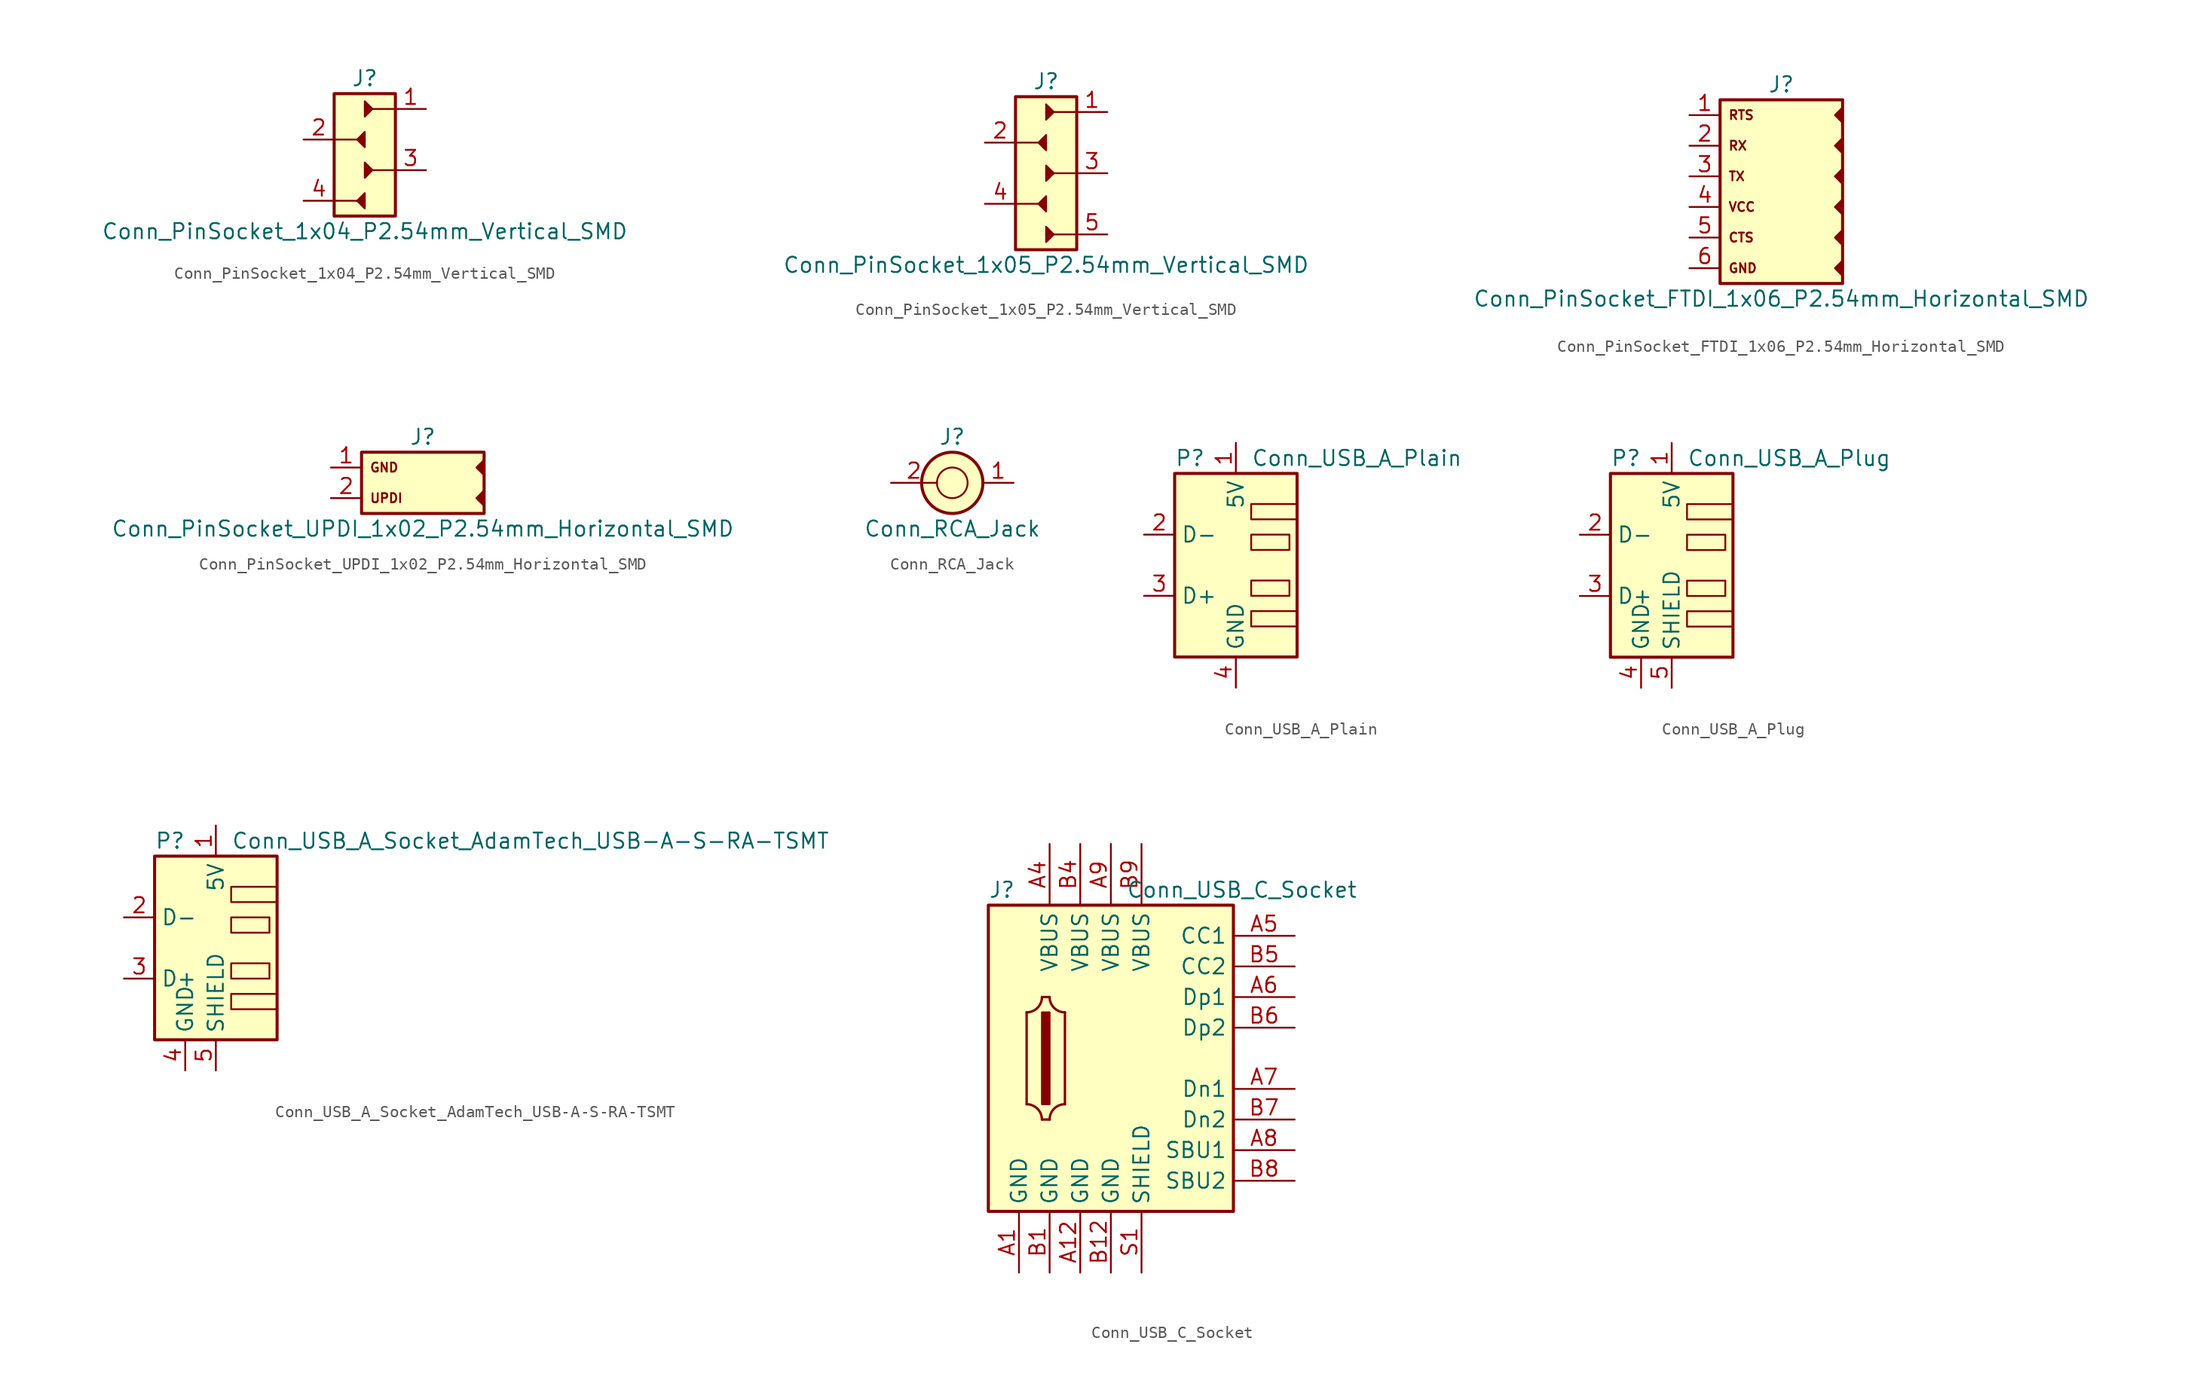
<source format=kicad_sym>
(kicad_symbol_lib
  (version 20211014)
  (generator kicad_symbol_editor)
  (symbol "Conn_PinSocket_1x04_P2.54mm_Vertical_SMD"
    (pin_names hide)
    (property "Reference" "J"
      (at 0 6.35 0)
      (effects (font (size 1.27 1.27))))
    (property "Value" "Conn_PinSocket_1x04_P2.54mm_Vertical_SMD"
      (at 0 -6.35 0)
      (effects (font (size 1.27 1.27))))
    (symbol "Conn_PinSocket_1x04_P2.54mm_Vertical_SMD_0_0"
      (rectangle (start -2.54 5.08) (end 2.54 -5.08) (stroke (width 0.254) (type default) (color 0 0 0 0)) (fill (type background)))
      (polyline (pts (xy 0 -3.81) (xy -2.54 -3.81)) (stroke (width 0) (type default) (color 0 0 0 0)) (fill (type none)))
      (polyline (pts (xy 0 1.27) (xy -2.54 1.27)) (stroke (width 0) (type default) (color 0 0 0 0)) (fill (type none)))
      (polyline (pts (xy 2.54 -1.27) (xy 0 -1.27)) (stroke (width 0) (type default) (color 0 0 0 0)) (fill (type none)))
      (polyline (pts (xy 2.54 3.81) (xy 0 3.81)) (stroke (width 0) (type default) (color 0 0 0 0)) (fill (type none)))
      (polyline (pts (xy 0 -4.445) (xy -0.635 -3.81) (xy 0 -3.175) (xy 0 -4.445)) (stroke (width 0) (type default) (color 0 0 0 0)) (fill (type outline)))
      (polyline (pts (xy 0 -1.905) (xy 0.635 -1.27) (xy 0 -0.635) (xy 0 -1.905)) (stroke (width 0) (type default) (color 0 0 0 0)) (fill (type outline)))
      (polyline (pts (xy 0 0.635) (xy -0.635 1.27) (xy 0 1.905) (xy 0 0.635)) (stroke (width 0) (type default) (color 0 0 0 0)) (fill (type outline)))
      (polyline (pts (xy 0 3.175) (xy 0.635 3.81) (xy 0 4.445) (xy 0 3.175)) (stroke (width 0) (type default) (color 0 0 0 0)) (fill (type outline))))
    (symbol "Conn_PinSocket_1x04_P2.54mm_Vertical_SMD_1_1"
      (pin passive line (at 5.08 3.81 180) (length 2.54) (name "Pin_1" (effects (font (size 1.27 1.27)))) (number "1" (effects (font (size 1.27 1.27)))))
      (pin passive line (at -5.08 1.27 0) (length 2.54) (name "Pin_2" (effects (font (size 1.27 1.27)))) (number "2" (effects (font (size 1.27 1.27)))))
      (pin passive line (at 5.08 -1.27 180) (length 2.54) (name "Pin_1" (effects (font (size 1.27 1.27)))) (number "3" (effects (font (size 1.27 1.27)))))
      (pin passive line (at -5.08 -3.81 0) (length 2.54) (name "Pin_2" (effects (font (size 1.27 1.27)))) (number "4" (effects (font (size 1.27 1.27)))))))
  (symbol "Conn_PinSocket_1x05_P2.54mm_Vertical_SMD"
    (pin_names hide)
    (property "Reference" "J"
      (at 0 7.62 0)
      (effects (font (size 1.27 1.27))))
    (property "Value" "Conn_PinSocket_1x05_P2.54mm_Vertical_SMD"
      (at 0 -7.62 0)
      (effects (font (size 1.27 1.27))))
    (symbol "Conn_PinSocket_1x05_P2.54mm_Vertical_SMD_0_0"
      (rectangle (start -2.54 6.35) (end 2.54 -6.35) (stroke (width 0.254) (type default) (color 0 0 0 0)) (fill (type background)))
      (polyline (pts (xy 0 -2.54) (xy -2.54 -2.54)) (stroke (width 0) (type default) (color 0 0 0 0)) (fill (type none)))
      (polyline (pts (xy 0 2.54) (xy -2.54 2.54)) (stroke (width 0) (type default) (color 0 0 0 0)) (fill (type none)))
      (polyline (pts (xy 2.54 -5.08) (xy 0 -5.08)) (stroke (width 0) (type default) (color 0 0 0 0)) (fill (type none)))
      (polyline (pts (xy 2.54 0) (xy 0 0)) (stroke (width 0) (type default) (color 0 0 0 0)) (fill (type none)))
      (polyline (pts (xy 2.54 5.08) (xy 0 5.08)) (stroke (width 0) (type default) (color 0 0 0 0)) (fill (type none)))
      (polyline (pts (xy 0 -5.715) (xy 0.635 -5.08) (xy 0 -4.445) (xy 0 -5.715)) (stroke (width 0) (type default) (color 0 0 0 0)) (fill (type outline)))
      (polyline (pts (xy 0 -3.175) (xy -0.635 -2.54) (xy 0 -1.905) (xy 0 -3.175)) (stroke (width 0) (type default) (color 0 0 0 0)) (fill (type outline)))
      (polyline (pts (xy 0 -0.635) (xy 0.635 0) (xy 0 0.635) (xy 0 -0.635)) (stroke (width 0) (type default) (color 0 0 0 0)) (fill (type outline)))
      (polyline (pts (xy 0 1.905) (xy -0.635 2.54) (xy 0 3.175) (xy 0 1.905)) (stroke (width 0) (type default) (color 0 0 0 0)) (fill (type outline)))
      (polyline (pts (xy 0 4.445) (xy 0.635 5.08) (xy 0 5.715) (xy 0 4.445)) (stroke (width 0) (type default) (color 0 0 0 0)) (fill (type outline))))
    (symbol "Conn_PinSocket_1x05_P2.54mm_Vertical_SMD_1_1"
      (pin passive line (at 5.08 5.08 180) (length 2.54) (name "Pin_1" (effects (font (size 1.27 1.27)))) (number "1" (effects (font (size 1.27 1.27)))))
      (pin passive line (at -5.08 2.54 0) (length 2.54) (name "Pin_2" (effects (font (size 1.27 1.27)))) (number "2" (effects (font (size 1.27 1.27)))))
      (pin passive line (at 5.08 0 180) (length 2.54) (name "Pin_1" (effects (font (size 1.27 1.27)))) (number "3" (effects (font (size 1.27 1.27)))))
      (pin passive line (at -5.08 -2.54 0) (length 2.54) (name "Pin_2" (effects (font (size 1.27 1.27)))) (number "4" (effects (font (size 1.27 1.27)))))
      (pin passive line (at 5.08 -5.08 180) (length 2.54) (name "Pin_1" (effects (font (size 1.27 1.27)))) (number "5" (effects (font (size 1.27 1.27)))))))
  (symbol "Conn_PinSocket_FTDI_1x06_P2.54mm_Horizontal_SMD"
    (property "Reference" "J"
      (at 0 7.62 0)
      (effects (font (size 1.27 1.27))))
    (property "Value" "Conn_PinSocket_FTDI_1x06_P2.54mm_Horizontal_SMD"
      (at 0 -10.16 0)
      (effects (font (size 1.27 1.27))))
    (symbol "Conn_PinSocket_FTDI_1x06_P2.54mm_Horizontal_SMD_0_0"
      (polyline (pts (xy -2.286 -7.366) (xy -2.286 -7.366)) (stroke (width 0) (type default) (color 0 0 0 0)) (fill (type none)))
      (polyline (pts (xy 5.08 -6.985) (xy 4.445 -7.62) (xy 5.08 -8.255) (xy 5.08 -6.985)) (stroke (width 0) (type default) (color 0 0 0 0)) (fill (type outline)))
      (polyline (pts (xy 5.08 -4.445) (xy 4.445 -5.08) (xy 5.08 -5.715) (xy 5.08 -4.445)) (stroke (width 0) (type default) (color 0 0 0 0)) (fill (type outline)))
      (polyline (pts (xy 5.08 -1.905) (xy 4.445 -2.54) (xy 5.08 -3.175) (xy 5.08 -1.905)) (stroke (width 0) (type default) (color 0 0 0 0)) (fill (type outline)))
      (polyline (pts (xy 5.08 0.635) (xy 4.445 0) (xy 5.08 -0.635) (xy 5.08 0.635)) (stroke (width 0) (type default) (color 0 0 0 0)) (fill (type outline)))
      (polyline (pts (xy 5.08 3.175) (xy 4.445 2.54) (xy 5.08 1.905) (xy 5.08 3.175)) (stroke (width 0) (type default) (color 0 0 0 0)) (fill (type outline)))
      (polyline (pts (xy 5.08 5.715) (xy 4.445 5.08) (xy 5.08 4.445) (xy 5.08 5.715)) (stroke (width 0) (type default) (color 0 0 0 0)) (fill (type outline)))
      (text "CTS" (at -4.445 -5.08 0) (effects (font (size 0.75 0.75)) (justify left)))
      (text "GND" (at -4.445 -7.62 0) (effects (font (size 0.75 0.75)) (justify left)))
      (text "RTS" (at -4.445 5.08 0) (effects (font (size 0.75 0.75)) (justify left)))
      (text "RX" (at -4.445 2.54 0) (effects (font (size 0.75 0.75)) (justify left)))
      (text "TX" (at -4.445 0 0) (effects (font (size 0.75 0.75)) (justify left)))
      (text "VCC" (at -4.445 -2.54 0) (effects (font (size 0.75 0.75)) (justify left))))
    (symbol "Conn_PinSocket_FTDI_1x06_P2.54mm_Horizontal_SMD_0_1"
      (rectangle (start -5.08 6.35) (end 5.08 -8.89) (stroke (width 0.254) (type default) (color 0 0 0 0)) (fill (type background))))
    (symbol "Conn_PinSocket_FTDI_1x06_P2.54mm_Horizontal_SMD_1_1"
      (pin passive line (at -7.62 5.08 0) (length 2.54) (name "" (effects (font (size 1.27 1.27)))) (number "1" (effects (font (size 1.27 1.27)))))
      (pin passive line (at -7.62 2.54 0) (length 2.54) (name "" (effects (font (size 1.27 1.27)))) (number "2" (effects (font (size 1.27 1.27)))))
      (pin passive line (at -7.62 0 0) (length 2.54) (name "" (effects (font (size 1.27 1.27)))) (number "3" (effects (font (size 1.27 1.27)))))
      (pin passive line (at -7.62 -2.54 0) (length 2.54) (name "" (effects (font (size 1.27 1.27)))) (number "4" (effects (font (size 1.27 1.27)))))
      (pin passive line (at -7.62 -5.08 0) (length 2.54) (name "" (effects (font (size 1.27 1.27)))) (number "5" (effects (font (size 1.27 1.27)))))
      (pin passive line (at -7.62 -7.62 0) (length 2.54) (name "" (effects (font (size 1.27 1.27)))) (number "6" (effects (font (size 1.27 1.27)))))))
  (symbol "Conn_PinSocket_UPDI_1x02_P2.54mm_Horizontal_SMD"
    (property "Reference" "J"
      (at 0 3.81 0)
      (effects (font (size 1.27 1.27))))
    (property "Value" "Conn_PinSocket_UPDI_1x02_P2.54mm_Horizontal_SMD"
      (at 0 -3.81 0)
      (effects (font (size 1.27 1.27))))
    (symbol "Conn_PinSocket_UPDI_1x02_P2.54mm_Horizontal_SMD_0_0"
      (rectangle (start -5.08 2.54) (end 5.08 -2.54) (stroke (width 0.254) (type default) (color 0 0 0 0)) (fill (type background)))
      (polyline (pts (xy 5.08 -0.635) (xy 4.445 -1.27) (xy 5.08 -1.905) (xy 5.08 -0.635)) (stroke (width 0) (type default) (color 0 0 0 0)) (fill (type outline)))
      (polyline (pts (xy 5.08 1.905) (xy 4.445 1.27) (xy 5.08 0.635) (xy 5.08 1.905)) (stroke (width 0) (type default) (color 0 0 0 0)) (fill (type outline)))
      (text "GND" (at -4.445 1.27 0) (effects (font (size 0.75 0.75)) (justify left)))
      (text "UPDI" (at -4.445 -1.27 0) (effects (font (size 0.75 0.75)) (justify left))))
    (symbol "Conn_PinSocket_UPDI_1x02_P2.54mm_Horizontal_SMD_1_1"
      (pin passive line (at -7.62 1.27 0) (length 2.54) (name "" (effects (font (size 1.27 1.27)))) (number "1" (effects (font (size 1.27 1.27)))))
      (pin passive line (at -7.62 -1.27 0) (length 2.54) (name "" (effects (font (size 1.27 1.27)))) (number "2" (effects (font (size 1.27 1.27)))))))
  (symbol "Conn_RCA_Jack"
    (pin_names hide)
    (property "Reference" "J"
      (at 0 3.81 0)
      (effects (font (size 1.27 1.27))))
    (property "Value" "Conn_RCA_Jack"
      (at 0 -3.81 0)
      (effects (font (size 1.27 1.27))))
    (symbol "Conn_RCA_Jack_0_1"
      (circle (center 0 0) (radius 1.27) (stroke (width 0) (type default) (color 0 0 0 0)) (fill (type none)))
      (circle (center 0 0) (radius 2.54) (stroke (width 0.254) (type default) (color 0 0 0 0)) (fill (type background))))
    (symbol "Conn_RCA_Jack_1_1"
      (pin passive line (at 5.08 0 180) (length 2.54) (name "" (effects (font (size 1.27 1.27)))) (number "1" (effects (font (size 1.27 1.27)))))
      (pin passive line (at -5.08 0 0) (length 3.81) (name "" (effects (font (size 1.27 1.27)))) (number "2" (effects (font (size 1.27 1.27)))))))
  (symbol "Conn_USB_A_Plain"
    (property "Reference" "P"
      (at -5.08 8.89 0)
      (effects (font (size 1.27 1.27)) (justify left)))
    (property "Value" "Conn_USB_A_Plain"
      (at 1.27 8.89 0)
      (effects (font (size 1.27 1.27)) (justify left)))
    (symbol "Conn_USB_A_Plain_0_1"
      (rectangle (start -5.08 7.62) (end 5.08 -7.62) (stroke (width 0.254) (type default) (color 0 0 0 0)) (fill (type background)))
      (rectangle (start 1.27 -3.81) (end 5.08 -5.08) (stroke (width 0) (type default) (color 0 0 0 0)) (fill (type none)))
      (rectangle (start 1.27 -1.27) (end 4.445 -2.54) (stroke (width 0) (type default) (color 0 0 0 0)) (fill (type none)))
      (rectangle (start 1.27 2.54) (end 4.445 1.27) (stroke (width 0) (type default) (color 0 0 0 0)) (fill (type none)))
      (rectangle (start 1.27 5.08) (end 5.08 3.81) (stroke (width 0) (type default) (color 0 0 0 0)) (fill (type none))))
    (symbol "Conn_USB_A_Plain_1_1"
      (pin power_in line (at 0 10.16 270) (length 2.54) (name "5V" (effects (font (size 1.27 1.27)))) (number "1" (effects (font (size 1.27 1.27)))))
      (pin bidirectional line (at -7.62 2.54 0) (length 2.54) (name "D-" (effects (font (size 1.27 1.27)))) (number "2" (effects (font (size 1.27 1.27)))))
      (pin bidirectional line (at -7.62 -2.54 0) (length 2.54) (name "D+" (effects (font (size 1.27 1.27)))) (number "3" (effects (font (size 1.27 1.27)))))
      (pin power_in line (at 0 -10.16 90) (length 2.54) (name "GND" (effects (font (size 1.27 1.27)))) (number "4" (effects (font (size 1.27 1.27)))))))
  (symbol "Conn_USB_A_Plug"
    (property "Reference" "P"
      (at -5.08 8.89 0)
      (effects (font (size 1.27 1.27)) (justify left)))
    (property "Value" "Conn_USB_A_Plug"
      (at 1.27 8.89 0)
      (effects (font (size 1.27 1.27)) (justify left)))
    (symbol "Conn_USB_A_Plug_0_1"
      (rectangle (start -5.08 7.62) (end 5.08 -7.62) (stroke (width 0.254) (type default) (color 0 0 0 0)) (fill (type background)))
      (rectangle (start 1.27 -3.81) (end 5.08 -5.08) (stroke (width 0) (type default) (color 0 0 0 0)) (fill (type none)))
      (rectangle (start 1.27 -1.27) (end 4.445 -2.54) (stroke (width 0) (type default) (color 0 0 0 0)) (fill (type none)))
      (rectangle (start 1.27 2.54) (end 4.445 1.27) (stroke (width 0) (type default) (color 0 0 0 0)) (fill (type none)))
      (rectangle (start 1.27 5.08) (end 5.08 3.81) (stroke (width 0) (type default) (color 0 0 0 0)) (fill (type none))))
    (symbol "Conn_USB_A_Plug_1_1"
      (pin power_in line (at 0 10.16 270) (length 2.54) (name "5V" (effects (font (size 1.27 1.27)))) (number "1" (effects (font (size 1.27 1.27)))))
      (pin bidirectional line (at -7.62 2.54 0) (length 2.54) (name "D-" (effects (font (size 1.27 1.27)))) (number "2" (effects (font (size 1.27 1.27)))))
      (pin bidirectional line (at -7.62 -2.54 0) (length 2.54) (name "D+" (effects (font (size 1.27 1.27)))) (number "3" (effects (font (size 1.27 1.27)))))
      (pin power_in line (at -2.54 -10.16 90) (length 2.54) (name "GND" (effects (font (size 1.27 1.27)))) (number "4" (effects (font (size 1.27 1.27)))))
      (pin passive line (at 0 -10.16 90) (length 2.54) (name "SHIELD" (effects (font (size 1.27 1.27)))) (number "5" (effects (font (size 1.27 1.27)))))))
  (symbol "Conn_USB_A_Socket_AdamTech_USB-A-S-RA-TSMT"
    (property "Reference" "P"
      (at -5.08 8.89 0)
      (effects (font (size 1.27 1.27)) (justify left)))
    (property "Value" "Conn_USB_A_Socket_AdamTech_USB-A-S-RA-TSMT"
      (at 1.27 8.89 0)
      (effects (font (size 1.27 1.27)) (justify left)))
    (symbol "Conn_USB_A_Socket_AdamTech_USB-A-S-RA-TSMT_0_1"
      (rectangle (start -5.08 7.62) (end 5.08 -7.62) (stroke (width 0.254) (type default) (color 0 0 0 0)) (fill (type background)))
      (rectangle (start 1.27 -3.81) (end 5.08 -5.08) (stroke (width 0) (type default) (color 0 0 0 0)) (fill (type none)))
      (rectangle (start 1.27 -1.27) (end 4.445 -2.54) (stroke (width 0) (type default) (color 0 0 0 0)) (fill (type none)))
      (rectangle (start 1.27 2.54) (end 4.445 1.27) (stroke (width 0) (type default) (color 0 0 0 0)) (fill (type none)))
      (rectangle (start 1.27 5.08) (end 5.08 3.81) (stroke (width 0) (type default) (color 0 0 0 0)) (fill (type none))))
    (symbol "Conn_USB_A_Socket_AdamTech_USB-A-S-RA-TSMT_1_1"
      (pin power_in line (at 0 10.16 270) (length 2.54) (name "5V" (effects (font (size 1.27 1.27)))) (number "1" (effects (font (size 1.27 1.27)))))
      (pin bidirectional line (at -7.62 2.54 0) (length 2.54) (name "D-" (effects (font (size 1.27 1.27)))) (number "2" (effects (font (size 1.27 1.27)))))
      (pin bidirectional line (at -7.62 -2.54 0) (length 2.54) (name "D+" (effects (font (size 1.27 1.27)))) (number "3" (effects (font (size 1.27 1.27)))))
      (pin power_in line (at -2.54 -10.16 90) (length 2.54) (name "GND" (effects (font (size 1.27 1.27)))) (number "4" (effects (font (size 1.27 1.27)))))
      (pin passive line (at 0 -10.16 90) (length 2.54) (name "SHIELD" (effects (font (size 1.27 1.27)))) (number "5" (effects (font (size 1.27 1.27)))))))
  (symbol "Conn_USB_C_Socket"
    (property "Reference" "J"
      (at -10.16 13.97 0)
      (effects (font (size 1.27 1.27)) (justify left)))
    (property "Value" "Conn_USB_C_Socket"
      (at 1.27 13.97 0)
      (effects (font (size 1.27 1.27)) (justify left)))
    (symbol "Conn_USB_C_Socket_0_1"
      (rectangle (start -10.16 12.7) (end 10.16 -12.7) (stroke (width 0.254) (type default) (color 0 0 0 0)) (fill (type background)))
      (arc (start -6.985 3.81) (mid -4.817 2.912) (end -5.715 5.08) (stroke (width 0.2) (type default) (color 0 0 0 0)) (fill (type none)))
      (arc (start -5.715 -5.08) (mid -4.817 -2.912) (end -6.985 -3.81) (stroke (width 0.2) (type default) (color 0 0 0 0)) (fill (type none)))
      (rectangle (start -5.715 3.81) (end -5.08 -3.81) (stroke (width 0) (type default) (color 0 0 0 0)) (fill (type outline)))
      (arc (start -5.08 5.08) (mid -5.978 2.912) (end -3.81 3.81) (stroke (width 0.2) (type default) (color 0 0 0 0)) (fill (type none)))
      (arc (start -3.81 -3.81) (mid -5.978 -2.912) (end -5.08 -5.08) (stroke (width 0.2) (type default) (color 0 0 0 0)) (fill (type none)))
      (polyline (pts (xy -6.985 3.81) (xy -6.985 -3.81)) (stroke (width 0.2) (type default) (color 0 0 0 0)) (fill (type none)))
      (polyline (pts (xy -5.715 -5.08) (xy -5.08 -5.08)) (stroke (width 0.2) (type default) (color 0 0 0 0)) (fill (type none)))
      (polyline (pts (xy -5.715 5.08) (xy -5.08 5.08)) (stroke (width 0.2) (type default) (color 0 0 0 0)) (fill (type none)))
      (polyline (pts (xy -3.81 -3.81) (xy -3.81 3.81)) (stroke (width 0.2) (type default) (color 0 0 0 0)) (fill (type none))))
    (symbol "Conn_USB_C_Socket_1_1"
      (pin power_in line (at -7.62 -17.78 90) (length 5.08) (name "GND" (effects (font (size 1.27 1.27)))) (number "A1" (effects (font (size 1.27 1.27)))))
      (pin power_in line (at -2.54 -17.78 90) (length 5.08) (name "GND" (effects (font (size 1.27 1.27)))) (number "A12" (effects (font (size 1.27 1.27)))))
      (pin power_in line (at -5.08 17.78 270) (length 5.08) (name "VBUS" (effects (font (size 1.27 1.27)))) (number "A4" (effects (font (size 1.27 1.27)))))
      (pin bidirectional line (at 15.24 10.16 180) (length 5.08) (name "CC1" (effects (font (size 1.27 1.27)))) (number "A5" (effects (font (size 1.27 1.27)))))
      (pin bidirectional line (at 15.24 5.08 180) (length 5.08) (name "Dp1" (effects (font (size 1.27 1.27)))) (number "A6" (effects (font (size 1.27 1.27)))))
      (pin bidirectional line (at 15.24 -2.54 180) (length 5.08) (name "Dn1" (effects (font (size 1.27 1.27)))) (number "A7" (effects (font (size 1.27 1.27)))))
      (pin bidirectional line (at 15.24 -7.62 180) (length 5.08) (name "SBU1" (effects (font (size 1.27 1.27)))) (number "A8" (effects (font (size 1.27 1.27)))))
      (pin power_in line (at 0 17.78 270) (length 5.08) (name "VBUS" (effects (font (size 1.27 1.27)))) (number "A9" (effects (font (size 1.27 1.27)))))
      (pin power_in line (at -5.08 -17.78 90) (length 5.08) (name "GND" (effects (font (size 1.27 1.27)))) (number "B1" (effects (font (size 1.27 1.27)))))
      (pin power_in line (at 0 -17.78 90) (length 5.08) (name "GND" (effects (font (size 1.27 1.27)))) (number "B12" (effects (font (size 1.27 1.27)))))
      (pin power_in line (at -2.54 17.78 270) (length 5.08) (name "VBUS" (effects (font (size 1.27 1.27)))) (number "B4" (effects (font (size 1.27 1.27)))))
      (pin bidirectional line (at 15.24 7.62 180) (length 5.08) (name "CC2" (effects (font (size 1.27 1.27)))) (number "B5" (effects (font (size 1.27 1.27)))))
      (pin bidirectional line (at 15.24 2.54 180) (length 5.08) (name "Dp2" (effects (font (size 1.27 1.27)))) (number "B6" (effects (font (size 1.27 1.27)))))
      (pin bidirectional line (at 15.24 -5.08 180) (length 5.08) (name "Dn2" (effects (font (size 1.27 1.27)))) (number "B7" (effects (font (size 1.27 1.27)))))
      (pin bidirectional line (at 15.24 -10.16 180) (length 5.08) (name "SBU2" (effects (font (size 1.27 1.27)))) (number "B8" (effects (font (size 1.27 1.27)))))
      (pin power_in line (at 2.54 17.78 270) (length 5.08) (name "VBUS" (effects (font (size 1.27 1.27)))) (number "B9" (effects (font (size 1.27 1.27)))))
      (pin power_in line (at 2.54 -17.78 90) (length 5.08) (name "SHIELD" (effects (font (size 1.27 1.27)))) (number "S1" (effects (font (size 1.27 1.27))))))))
</source>
